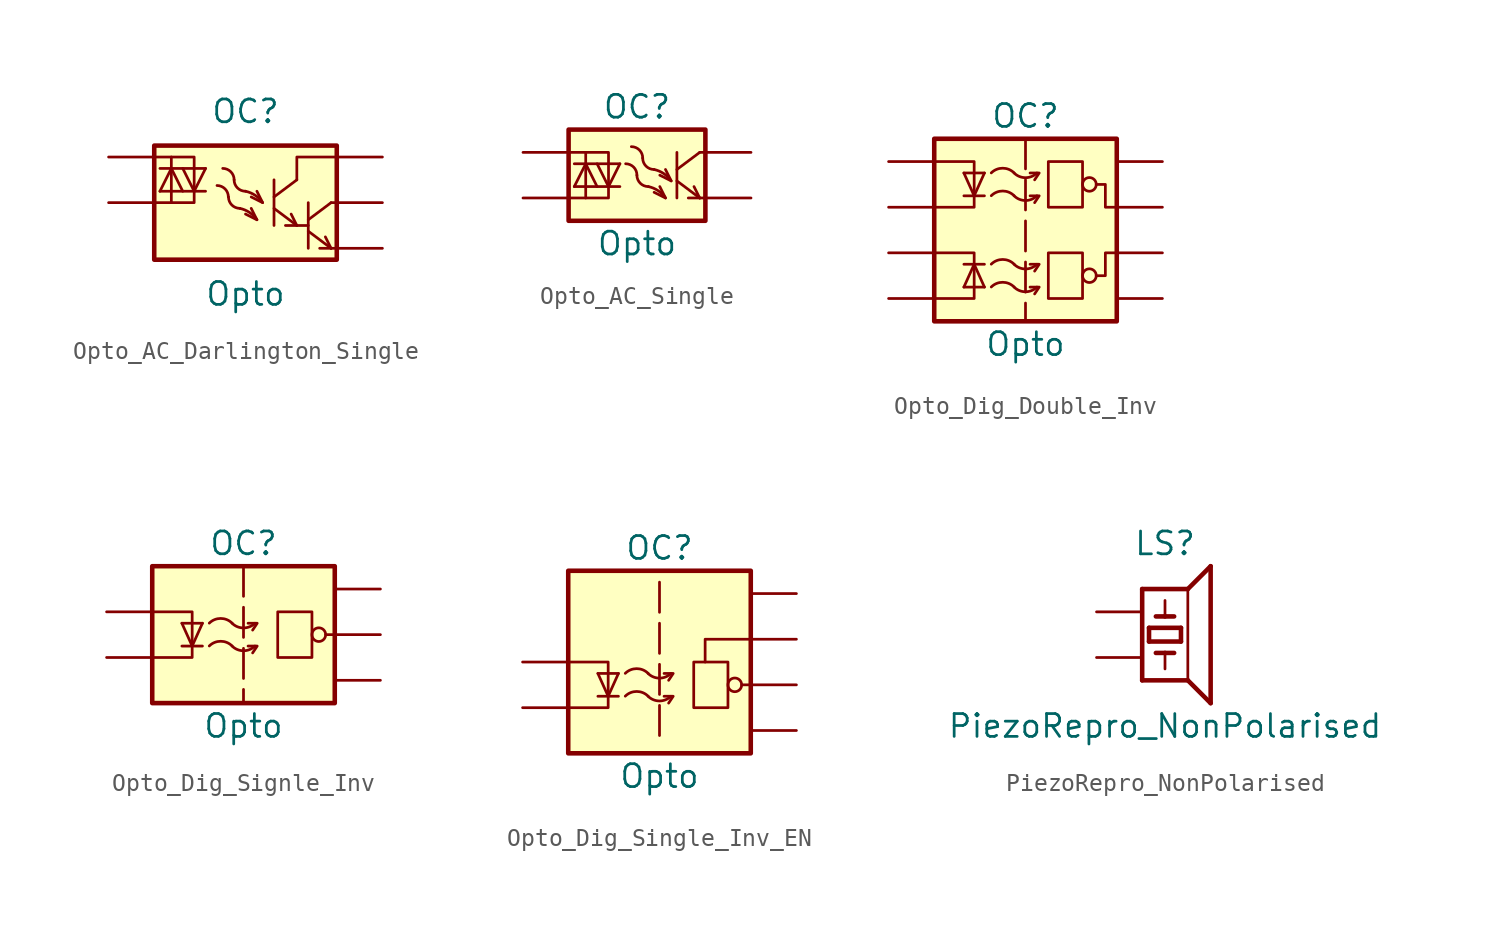
<source format=kicad_sym>
(kicad_symbol_lib
  (version 20220914)
  (generator kicad_symbol_editor)
  (symbol "Opto_AC_Darlington_Single"
    (pin_names hide)
    (property "Reference" "OC"
      (at 0 5.08 0)
      (effects (font (size 1.27 1.27))))
    (property "Value" "Opto"
      (at 0 -5.08 0)
      (effects (font (size 1.27 1.27))))
    (symbol "Opto_AC_Darlington_Single_0_1"
      (rectangle (start -5.08 3.175) (end 5.08 -3.175) (stroke (width 0.254) (type default)) (fill (type background)))
      (arc (start -0.9525 0.3175) (mid -0.7659 -0.1309) (end -0.3175 -0.3175) (stroke (width 0) (type default)) (fill (type none)))
      (arc (start -0.9504 0.3196) (mid -1.137 0.768) (end -1.5854 0.9546) (stroke (width 0) (type default)) (fill (type none)))
      (arc (start -0.635 1.27) (mid -0.4484 0.8216) (end 0 0.635) (stroke (width 0) (type default)) (fill (type none)))
      (arc (start -0.6329 1.2721) (mid -0.8195 1.7205) (end -1.2679 1.9071) (stroke (width 0) (type default)) (fill (type none)))
      (polyline (pts (xy -4.763 0.635) (xy -2.223 0.635)) (stroke (width 0) (type default)) (fill (type none)))
      (polyline (pts (xy -4.763 1.905) (xy -2.223 1.905)) (stroke (width 0) (type default)) (fill (type none)))
      (polyline (pts (xy -4.128 1.905) (xy -4.763 0.635)) (stroke (width 0) (type default)) (fill (type none)))
      (polyline (pts (xy -4.128 1.905) (xy -3.493 0.635)) (stroke (width 0) (type default)) (fill (type none)))
      (polyline (pts (xy -4.128 2.54) (xy -4.128 0)) (stroke (width 0) (type default)) (fill (type none)))
      (polyline (pts (xy -2.857 0.635) (xy -3.493 1.905)) (stroke (width 0) (type default)) (fill (type none)))
      (polyline (pts (xy -2.857 0.635) (xy -2.223 1.905)) (stroke (width 0) (type default)) (fill (type none)))
      (polyline (pts (xy 1.587 -0.318) (xy 2.857 -1.27)) (stroke (width 0) (type default)) (fill (type none)))
      (polyline (pts (xy 1.587 0.318) (xy 2.857 1.27)) (stroke (width 0) (type default)) (fill (type none)))
      (polyline (pts (xy 1.587 1.27) (xy 1.587 -1.27)) (stroke (width 0) (type default)) (fill (type none)))
      (polyline (pts (xy 2.857 -1.27) (xy 2.54 -0.635)) (stroke (width 0) (type default)) (fill (type none)))
      (polyline (pts (xy 3.493 -1.587) (xy 4.763 -2.54)) (stroke (width 0) (type default)) (fill (type none)))
      (polyline (pts (xy 3.493 -1.27) (xy 2.223 -1.27)) (stroke (width 0) (type default)) (fill (type none)))
      (polyline (pts (xy 3.493 -0.953) (xy 4.763 0)) (stroke (width 0) (type default)) (fill (type none)))
      (polyline (pts (xy 3.493 0) (xy 3.493 -2.54)) (stroke (width 0) (type default)) (fill (type none)))
      (polyline (pts (xy 4.763 -2.54) (xy 4.128 -2.54)) (stroke (width 0) (type default)) (fill (type none)))
      (polyline (pts (xy 4.763 -2.54) (xy 4.445 -1.905)) (stroke (width 0) (type default)) (fill (type none)))
      (polyline (pts (xy 5.08 -2.54) (xy 4.763 -2.54)) (stroke (width 0) (type default)) (fill (type none)))
      (polyline (pts (xy 5.08 0) (xy 4.763 0)) (stroke (width 0) (type default)) (fill (type none)))
      (polyline (pts (xy 0 -0.635) (xy 0.635 -0.953) (xy 0.318 -0.318)) (stroke (width 0) (type default)) (fill (type none)))
      (polyline (pts (xy 0.318 0.318) (xy 0.953 0) (xy 0.635 0.635)) (stroke (width 0) (type default)) (fill (type none)))
      (polyline (pts (xy 5.08 2.54) (xy 2.857 2.54) (xy 2.857 1.27)) (stroke (width 0) (type default)) (fill (type none)))
      (polyline (pts (xy -5.08 2.54) (xy -2.857 2.54) (xy -2.857 0) (xy -5.08 0)) (stroke (width 0) (type default)) (fill (type none)))
      (arc (start 0.635 -0.9525) (mid 0.2193 -0.5441) (end -0.3175 -0.3175) (stroke (width 0) (type default)) (fill (type none)))
      (arc (start 0.9525 0) (mid 0.5368 0.4084) (end 0 0.635) (stroke (width 0) (type default)) (fill (type none))))
    (symbol "Opto_AC_Darlington_Single_1_1"
      (pin passive line (at -7.62 2.54 0) (length 2.54) (name "AC1" (effects (font (size 1.27 1.27)))) (number "" (effects (font (size 1.27 1.27)))))
      (pin passive line (at -7.62 0 0) (length 2.54) (name "AC2" (effects (font (size 1.27 1.27)))) (number "" (effects (font (size 1.27 1.27)))))
      (pin passive line (at 7.62 2.54 180) (length 2.54) (name "C1" (effects (font (size 1.27 1.27)))) (number "" (effects (font (size 1.27 1.27)))))
      (pin passive line (at 7.62 0 180) (length 2.54) (name "C2" (effects (font (size 1.27 1.27)))) (number "" (effects (font (size 1.27 1.27)))))
      (pin passive line (at 7.62 -2.54 180) (length 2.54) (name "E" (effects (font (size 1.27 1.27)))) (number "" (effects (font (size 1.27 1.27)))))))
  (symbol "Opto_AC_Single"
    (pin_names hide)
    (property "Reference" "OC"
      (at 0 3.81 0)
      (effects (font (size 1.27 1.27))))
    (property "Value" "Opto"
      (at 0 -3.81 0)
      (effects (font (size 1.27 1.27))))
    (symbol "Opto_AC_Single_0_1"
      (rectangle (start -3.81 2.54) (end 3.81 -2.54) (stroke (width 0.254) (type default)) (fill (type background)))
      (polyline (pts (xy -3.493 -0.635) (xy -0.953 -0.635)) (stroke (width 0) (type default)) (fill (type none)))
      (polyline (pts (xy -3.493 0.635) (xy -0.953 0.635)) (stroke (width 0) (type default)) (fill (type none)))
      (polyline (pts (xy -2.857 0.635) (xy -3.493 -0.635)) (stroke (width 0) (type default)) (fill (type none)))
      (polyline (pts (xy -2.857 0.635) (xy -2.223 -0.635)) (stroke (width 0) (type default)) (fill (type none)))
      (polyline (pts (xy -2.857 1.27) (xy -2.857 -1.27)) (stroke (width 0) (type default)) (fill (type none)))
      (polyline (pts (xy -1.587 -0.635) (xy -2.223 0.635)) (stroke (width 0) (type default)) (fill (type none)))
      (polyline (pts (xy -1.587 -0.635) (xy -0.953 0.635)) (stroke (width 0) (type default)) (fill (type none)))
      (polyline (pts (xy 2.223 -0.318) (xy 3.493 -1.27)) (stroke (width 0) (type default)) (fill (type none)))
      (polyline (pts (xy 2.223 0.318) (xy 3.493 1.27)) (stroke (width 0) (type default)) (fill (type none)))
      (polyline (pts (xy 2.223 1.27) (xy 2.223 -1.27)) (stroke (width 0) (type default)) (fill (type none)))
      (polyline (pts (xy 3.493 -1.27) (xy 2.857 -1.27)) (stroke (width 0) (type default)) (fill (type none)))
      (polyline (pts (xy 3.493 -1.27) (xy 3.175 -0.635)) (stroke (width 0) (type default)) (fill (type none)))
      (polyline (pts (xy 3.81 -1.27) (xy 3.493 -1.27)) (stroke (width 0) (type default)) (fill (type none)))
      (polyline (pts (xy 3.81 1.27) (xy 3.493 1.27)) (stroke (width 0) (type default)) (fill (type none)))
      (polyline (pts (xy 0.953 -0.953) (xy 1.587 -1.27) (xy 1.27 -0.635)) (stroke (width 0) (type default)) (fill (type none)))
      (polyline (pts (xy 1.27 0) (xy 1.905 -0.318) (xy 1.587 0.318)) (stroke (width 0) (type default)) (fill (type none)))
      (polyline (pts (xy -3.81 1.27) (xy -1.587 1.27) (xy -1.587 -1.27) (xy -3.81 -1.27)) (stroke (width 0) (type default)) (fill (type none)))
      (arc (start 0 0) (mid 0.1866 -0.4484) (end 0.635 -0.635) (stroke (width 0) (type default)) (fill (type none)))
      (arc (start 0.0021 0.0021) (mid -0.1845 0.4505) (end -0.6329 0.6371) (stroke (width 0) (type default)) (fill (type none)))
      (arc (start 0.3175 0.9525) (mid 0.5041 0.5041) (end 0.9525 0.3175) (stroke (width 0) (type default)) (fill (type none)))
      (arc (start 0.3196 0.9546) (mid 0.133 1.403) (end -0.3154 1.5896) (stroke (width 0) (type default)) (fill (type none)))
      (arc (start 1.5875 -1.27) (mid 1.1718 -0.8616) (end 0.635 -0.635) (stroke (width 0) (type default)) (fill (type none)))
      (arc (start 1.905 -0.3175) (mid 1.4893 0.0909) (end 0.9525 0.3175) (stroke (width 0) (type default)) (fill (type none))))
    (symbol "Opto_AC_Single_1_1"
      (pin passive line (at -6.35 1.27 0) (length 2.54) (name "AC1" (effects (font (size 1.27 1.27)))) (number "" (effects (font (size 1.27 1.27)))))
      (pin passive line (at -6.35 -1.27 0) (length 2.54) (name "AC2" (effects (font (size 1.27 1.27)))) (number "" (effects (font (size 1.27 1.27)))))
      (pin passive line (at 6.35 1.27 180) (length 2.54) (name "Collector" (effects (font (size 1.27 1.27)))) (number "" (effects (font (size 1.27 1.27)))))
      (pin passive line (at 6.35 -1.27 180) (length 2.54) (name "Emmiter" (effects (font (size 1.27 1.27)))) (number "" (effects (font (size 1.27 1.27)))))))
  (symbol "Opto_Dig_Double_Inv"
    (pin_names hide)
    (property "Reference" "OC"
      (at 0 6.35 0)
      (effects (font (size 1.27 1.27))))
    (property "Value" "Opto"
      (at 0 -6.35 0)
      (effects (font (size 1.27 1.27))))
    (symbol "Opto_Dig_Double_Inv_0_1"
      (rectangle (start -5.08 5.08) (end 5.08 -5.08) (stroke (width 0.254) (type default)) (fill (type background)))
      (arc (start -0.635 -3.175) (mid 0 -3.4363) (end 0.635 -3.175) (stroke (width 0) (type default)) (fill (type none)))
      (arc (start -0.635 -3.1691) (mid -1.27 -2.9078) (end -1.905 -3.1691) (stroke (width 0) (type default)) (fill (type none)))
      (arc (start -0.635 -1.905) (mid 0 -2.1663) (end 0.635 -1.905) (stroke (width 0) (type default)) (fill (type none)))
      (arc (start -0.635 -1.8991) (mid -1.27 -1.6378) (end -1.905 -1.8991) (stroke (width 0) (type default)) (fill (type none)))
      (arc (start -0.635 1.905) (mid 0 1.6437) (end 0.635 1.905) (stroke (width 0) (type default)) (fill (type none)))
      (arc (start -0.635 1.9109) (mid -1.27 2.1722) (end -1.905 1.9109) (stroke (width 0) (type default)) (fill (type none)))
      (arc (start -0.635 3.175) (mid 0 2.9137) (end 0.635 3.175) (stroke (width 0) (type default)) (fill (type none)))
      (arc (start -0.635 3.1809) (mid -1.27 3.4422) (end -1.905 3.1809) (stroke (width 0) (type default)) (fill (type none)))
      (polyline (pts (xy -3.429 -3.175) (xy -2.286 -3.175)) (stroke (width 0) (type default)) (fill (type none)))
      (polyline (pts (xy -3.429 -1.905) (xy -2.286 -1.905)) (stroke (width 0) (type default)) (fill (type none)))
      (polyline (pts (xy -3.429 1.905) (xy -2.286 1.905)) (stroke (width 0) (type default)) (fill (type none)))
      (polyline (pts (xy -3.429 3.175) (xy -2.286 3.175)) (stroke (width 0) (type default)) (fill (type none)))
      (polyline (pts (xy -2.857 -1.905) (xy -3.429 -3.175)) (stroke (width 0) (type default)) (fill (type none)))
      (polyline (pts (xy -2.857 -1.905) (xy -2.286 -3.175)) (stroke (width 0) (type default)) (fill (type none)))
      (polyline (pts (xy -2.857 1.905) (xy -3.429 3.175)) (stroke (width 0) (type default)) (fill (type none)))
      (polyline (pts (xy -2.857 1.905) (xy -2.286 3.175)) (stroke (width 0) (type default)) (fill (type none)))
      (polyline (pts (xy 0.508 -3.556) (xy 0.762 -3.175) (xy 0.254 -3.175)) (stroke (width 0) (type default)) (fill (type none)))
      (polyline (pts (xy 0.508 -2.286) (xy 0.762 -1.905) (xy 0.254 -1.905)) (stroke (width 0) (type default)) (fill (type none)))
      (polyline (pts (xy 0.508 1.524) (xy 0.762 1.905) (xy 0.254 1.905)) (stroke (width 0) (type default)) (fill (type none)))
      (polyline (pts (xy 0.508 2.794) (xy 0.762 3.175) (xy 0.254 3.175)) (stroke (width 0) (type default)) (fill (type none)))
      (polyline (pts (xy -5.08 -3.81) (xy -2.857 -3.81) (xy -2.857 -1.27) (xy -5.08 -1.27)) (stroke (width 0) (type default)) (fill (type none)))
      (polyline (pts (xy -5.08 3.81) (xy -2.857 3.81) (xy -2.857 1.27) (xy -5.08 1.27)) (stroke (width 0) (type default)) (fill (type none)))
      (polyline (pts (xy 5.08 -1.27) (xy 4.445 -1.27) (xy 4.445 -2.54) (xy 3.937 -2.54)) (stroke (width 0) (type default)) (fill (type none)))
      (polyline (pts (xy 5.08 1.27) (xy 4.445 1.27) (xy 4.445 2.54) (xy 3.937 2.54)) (stroke (width 0) (type default)) (fill (type none)))
      (polyline (pts (xy 3.175 -1.27) (xy 1.27 -1.27) (xy 1.27 -3.81) (xy 3.175 -3.81) (xy 3.175 -1.27)) (stroke (width 0) (type default)) (fill (type none)))
      (polyline (pts (xy 3.175 3.81) (xy 1.27 3.81) (xy 1.27 1.27) (xy 3.175 1.27) (xy 3.175 3.81)) (stroke (width 0) (type default)) (fill (type none)))
      (circle (center 3.556 -2.54) (radius 0.381) (stroke (width 0) (type default)) (fill (type none)))
      (circle (center 3.556 2.54) (radius 0.381) (stroke (width 0) (type default)) (fill (type none))))
    (symbol "Opto_Dig_Double_Inv_1_1"
      (polyline (pts (xy 0 5.08) (xy 0 -5.08)) (stroke (width 0) (type dash)) (fill (type none)))
      (pin passive line (at -7.62 -3.81 0) (length 2.54) (name "AC1" (effects (font (size 1.27 1.27)))) (number "" (effects (font (size 1.27 1.27)))))
      (pin passive line (at -7.62 3.81 0) (length 2.54) (name "AC1" (effects (font (size 1.27 1.27)))) (number "" (effects (font (size 1.27 1.27)))))
      (pin passive line (at -7.62 -1.27 0) (length 2.54) (name "AC2" (effects (font (size 1.27 1.27)))) (number "" (effects (font (size 1.27 1.27)))))
      (pin passive line (at -7.62 1.27 0) (length 2.54) (name "AC2" (effects (font (size 1.27 1.27)))) (number "" (effects (font (size 1.27 1.27)))))
      (pin passive line (at 7.62 -1.27 180) (length 2.54) (name "E" (effects (font (size 1.27 1.27)))) (number "" (effects (font (size 1.27 1.27)))))
      (pin passive line (at 7.62 1.27 180) (length 2.54) (name "E" (effects (font (size 1.27 1.27)))) (number "" (effects (font (size 1.27 1.27)))))
      (pin power_in line (at 7.62 -3.81 180) (length 2.54) (name "GND" (effects (font (size 1.27 1.27)))) (number "" (effects (font (size 1.27 1.27)))))
      (pin power_in line (at 7.62 3.81 180) (length 2.54) (name "VCC" (effects (font (size 1.27 1.27)))) (number "" (effects (font (size 1.27 1.27)))))))
  (symbol "Opto_Dig_Signle_Inv"
    (pin_names hide)
    (property "Reference" "OC"
      (at 0 5.08 0)
      (effects (font (size 1.27 1.27))))
    (property "Value" "Opto"
      (at 0 -5.08 0)
      (effects (font (size 1.27 1.27))))
    (symbol "Opto_Dig_Signle_Inv_0_1"
      (rectangle (start -5.08 3.81) (end 5.08 -3.81) (stroke (width 0.254) (type default)) (fill (type background)))
      (arc (start -0.635 -0.635) (mid 0 -0.8963) (end 0.635 -0.635) (stroke (width 0) (type default)) (fill (type none)))
      (arc (start -0.635 -0.6291) (mid -1.27 -0.3678) (end -1.905 -0.6291) (stroke (width 0) (type default)) (fill (type none)))
      (arc (start -0.635 0.635) (mid 0 0.3737) (end 0.635 0.635) (stroke (width 0) (type default)) (fill (type none)))
      (arc (start -0.635 0.6409) (mid -1.27 0.9022) (end -1.905 0.6409) (stroke (width 0) (type default)) (fill (type none)))
      (polyline (pts (xy -3.429 -0.635) (xy -2.286 -0.635)) (stroke (width 0) (type default)) (fill (type none)))
      (polyline (pts (xy -3.429 0.635) (xy -2.286 0.635)) (stroke (width 0) (type default)) (fill (type none)))
      (polyline (pts (xy -2.857 -0.635) (xy -3.429 0.635)) (stroke (width 0) (type default)) (fill (type none)))
      (polyline (pts (xy -2.857 -0.635) (xy -2.286 0.635)) (stroke (width 0) (type default)) (fill (type none)))
      (polyline (pts (xy 0.508 -1.016) (xy 0.762 -0.635) (xy 0.254 -0.635)) (stroke (width 0) (type default)) (fill (type none)))
      (polyline (pts (xy 0.508 0.254) (xy 0.762 0.635) (xy 0.254 0.635)) (stroke (width 0) (type default)) (fill (type none)))
      (polyline (pts (xy -5.08 1.27) (xy -2.857 1.27) (xy -2.857 -1.27) (xy -5.08 -1.27)) (stroke (width 0) (type default)) (fill (type none)))
      (polyline (pts (xy 3.81 1.27) (xy 1.905 1.27) (xy 1.905 -1.27) (xy 3.81 -1.27) (xy 3.81 1.27)) (stroke (width 0) (type default)) (fill (type none)))
      (circle (center 4.191 0) (radius 0.381) (stroke (width 0) (type default)) (fill (type none))))
    (symbol "Opto_Dig_Signle_Inv_1_1"
      (polyline (pts (xy 0 3.81) (xy 0 -3.81)) (stroke (width 0) (type dash)) (fill (type none)))
      (polyline (pts (xy 5.08 0) (xy 4.572 0)) (stroke (width 0) (type default)) (fill (type none)))
      (pin passive line (at -7.62 1.27 0) (length 2.54) (name "AC1" (effects (font (size 1.27 1.27)))) (number "" (effects (font (size 1.27 1.27)))))
      (pin passive line (at -7.62 -1.27 0) (length 2.54) (name "AC2" (effects (font (size 1.27 1.27)))) (number "" (effects (font (size 1.27 1.27)))))
      (pin passive line (at 7.62 0 180) (length 2.54) (name "E" (effects (font (size 1.27 1.27)))) (number "" (effects (font (size 1.27 1.27)))))
      (pin power_in line (at 7.62 -2.54 180) (length 2.54) (name "GND" (effects (font (size 1.27 1.27)))) (number "" (effects (font (size 1.27 1.27)))))
      (pin power_in line (at 7.62 2.54 180) (length 2.54) (name "VCC" (effects (font (size 1.27 1.27)))) (number "" (effects (font (size 1.27 1.27)))))))
  (symbol "Opto_Dig_Single_Inv_EN"
    (pin_names hide)
    (property "Reference" "OC"
      (at 0 6.35 0)
      (effects (font (size 1.27 1.27))))
    (property "Value" "Opto"
      (at 0 -6.35 0)
      (effects (font (size 1.27 1.27))))
    (symbol "Opto_Dig_Single_Inv_EN_0_1"
      (rectangle (start -5.08 5.08) (end 5.08 -5.08) (stroke (width 0.254) (type default)) (fill (type background)))
      (arc (start -0.635 -1.905) (mid 0 -2.1663) (end 0.635 -1.905) (stroke (width 0) (type default)) (fill (type none)))
      (arc (start -0.635 -1.8991) (mid -1.27 -1.6378) (end -1.905 -1.8991) (stroke (width 0) (type default)) (fill (type none)))
      (arc (start -0.635 -0.635) (mid 0 -0.8963) (end 0.635 -0.635) (stroke (width 0) (type default)) (fill (type none)))
      (arc (start -0.635 -0.6291) (mid -1.27 -0.3678) (end -1.905 -0.6291) (stroke (width 0) (type default)) (fill (type none)))
      (polyline (pts (xy -3.429 -1.905) (xy -2.286 -1.905)) (stroke (width 0) (type default)) (fill (type none)))
      (polyline (pts (xy -3.429 -0.635) (xy -2.286 -0.635)) (stroke (width 0) (type default)) (fill (type none)))
      (polyline (pts (xy -2.857 -1.905) (xy -3.429 -0.635)) (stroke (width 0) (type default)) (fill (type none)))
      (polyline (pts (xy -2.857 -1.905) (xy -2.286 -0.635)) (stroke (width 0) (type default)) (fill (type none)))
      (polyline (pts (xy 0.508 -2.286) (xy 0.762 -1.905) (xy 0.254 -1.905)) (stroke (width 0) (type default)) (fill (type none)))
      (polyline (pts (xy 0.508 -1.016) (xy 0.762 -0.635) (xy 0.254 -0.635)) (stroke (width 0) (type default)) (fill (type none)))
      (polyline (pts (xy 5.08 1.27) (xy 2.54 1.27) (xy 2.54 0)) (stroke (width 0) (type default)) (fill (type none)))
      (polyline (pts (xy -5.08 0) (xy -2.857 0) (xy -2.857 -2.54) (xy -5.08 -2.54)) (stroke (width 0) (type default)) (fill (type none)))
      (polyline (pts (xy 3.81 0) (xy 1.905 0) (xy 1.905 -2.54) (xy 3.81 -2.54) (xy 3.81 0)) (stroke (width 0) (type default)) (fill (type none)))
      (circle (center 4.191 -1.27) (radius 0.381) (stroke (width 0) (type default)) (fill (type none))))
    (symbol "Opto_Dig_Single_Inv_EN_1_1"
      (polyline (pts (xy 0 4.445) (xy 0 -4.445)) (stroke (width 0) (type dash)) (fill (type none)))
      (polyline (pts (xy 5.08 -1.27) (xy 4.572 -1.27)) (stroke (width 0) (type default)) (fill (type none)))
      (pin passive line (at -7.62 0 0) (length 2.54) (name "AC1" (effects (font (size 1.27 1.27)))) (number "" (effects (font (size 1.27 1.27)))))
      (pin passive line (at -7.62 -2.54 0) (length 2.54) (name "AC2" (effects (font (size 1.27 1.27)))) (number "" (effects (font (size 1.27 1.27)))))
      (pin passive line (at 7.62 -1.27 180) (length 2.54) (name "E" (effects (font (size 1.27 1.27)))) (number "" (effects (font (size 1.27 1.27)))))
      (pin passive line (at 7.62 1.27 180) (length 2.54) (name "EN" (effects (font (size 1.27 1.27)))) (number "" (effects (font (size 1.27 1.27)))))
      (pin power_in line (at 7.62 -3.81 180) (length 2.54) (name "GND" (effects (font (size 1.27 1.27)))) (number "" (effects (font (size 1.27 1.27)))))
      (pin power_in line (at 7.62 3.81 180) (length 2.54) (name "VCC" (effects (font (size 1.27 1.27)))) (number "" (effects (font (size 1.27 1.27)))))))
  (symbol "PiezoRepro_NonPolarised"
    (pin_numbers hide)
    (pin_names
      (offset 1.016) hide)
    (property "Reference" "LS"
      (at 0 5.08 0)
      (effects (font (size 1.27 1.27))))
    (property "Value" "PiezoRepro_NonPolarised"
      (at 0 -5.08 0)
      (effects (font (size 1.27 1.27))))
    (symbol "PiezoRepro_NonPolarised_1_0"
      (polyline (pts (xy -1.27 -2.54) (xy -1.27 2.54)) (stroke (width 0.254) (type default)) (fill (type none)))
      (polyline (pts (xy -1.27 -2.54) (xy 1.27 -2.54)) (stroke (width 0.254) (type default)) (fill (type none)))
      (polyline (pts (xy -0.889 -0.381) (xy 0.889 -0.381)) (stroke (width 0.254) (type default)) (fill (type none)))
      (polyline (pts (xy -0.889 0.381) (xy -0.889 -0.381)) (stroke (width 0.254) (type default)) (fill (type none)))
      (polyline (pts (xy -0.508 -1.016) (xy 0 -1.016)) (stroke (width 0.254) (type default)) (fill (type none)))
      (polyline (pts (xy -0.508 1.016) (xy 0 1.016)) (stroke (width 0.254) (type default)) (fill (type none)))
      (polyline (pts (xy 0 -1.905) (xy 0 -1.016)) (stroke (width 0.152) (type default)) (fill (type none)))
      (polyline (pts (xy 0 -1.016) (xy 0.508 -1.016)) (stroke (width 0.254) (type default)) (fill (type none)))
      (polyline (pts (xy 0 1.016) (xy 0 1.905)) (stroke (width 0.152) (type default)) (fill (type none)))
      (polyline (pts (xy 0 1.016) (xy 0.508 1.016)) (stroke (width 0.254) (type default)) (fill (type none)))
      (polyline (pts (xy 0.889 -0.381) (xy 0.889 0.381)) (stroke (width 0.254) (type default)) (fill (type none)))
      (polyline (pts (xy 0.889 0.381) (xy -0.889 0.381)) (stroke (width 0.254) (type default)) (fill (type none)))
      (polyline (pts (xy 1.27 -2.54) (xy 1.27 2.54)) (stroke (width 0.152) (type default)) (fill (type none)))
      (polyline (pts (xy 1.27 2.54) (xy -1.27 2.54)) (stroke (width 0.254) (type default)) (fill (type none)))
      (polyline (pts (xy 1.27 2.54) (xy 2.54 3.81)) (stroke (width 0.254) (type default)) (fill (type none)))
      (polyline (pts (xy 2.54 -3.81) (xy 1.27 -2.54)) (stroke (width 0.254) (type default)) (fill (type none)))
      (polyline (pts (xy 2.54 3.81) (xy 2.54 -3.81)) (stroke (width 0.254) (type default)) (fill (type none))))
    (symbol "PiezoRepro_NonPolarised_1_1"
      (pin passive line (at -3.81 1.27 0) (length 2.54) (name "1" (effects (font (size 1.27 1.27)))) (number "1" (effects (font (size 1.27 1.27)))))
      (pin passive line (at -3.81 -1.27 0) (length 2.54) (name "2" (effects (font (size 1.27 1.27)))) (number "2" (effects (font (size 1.27 1.27))))))))
</source>
